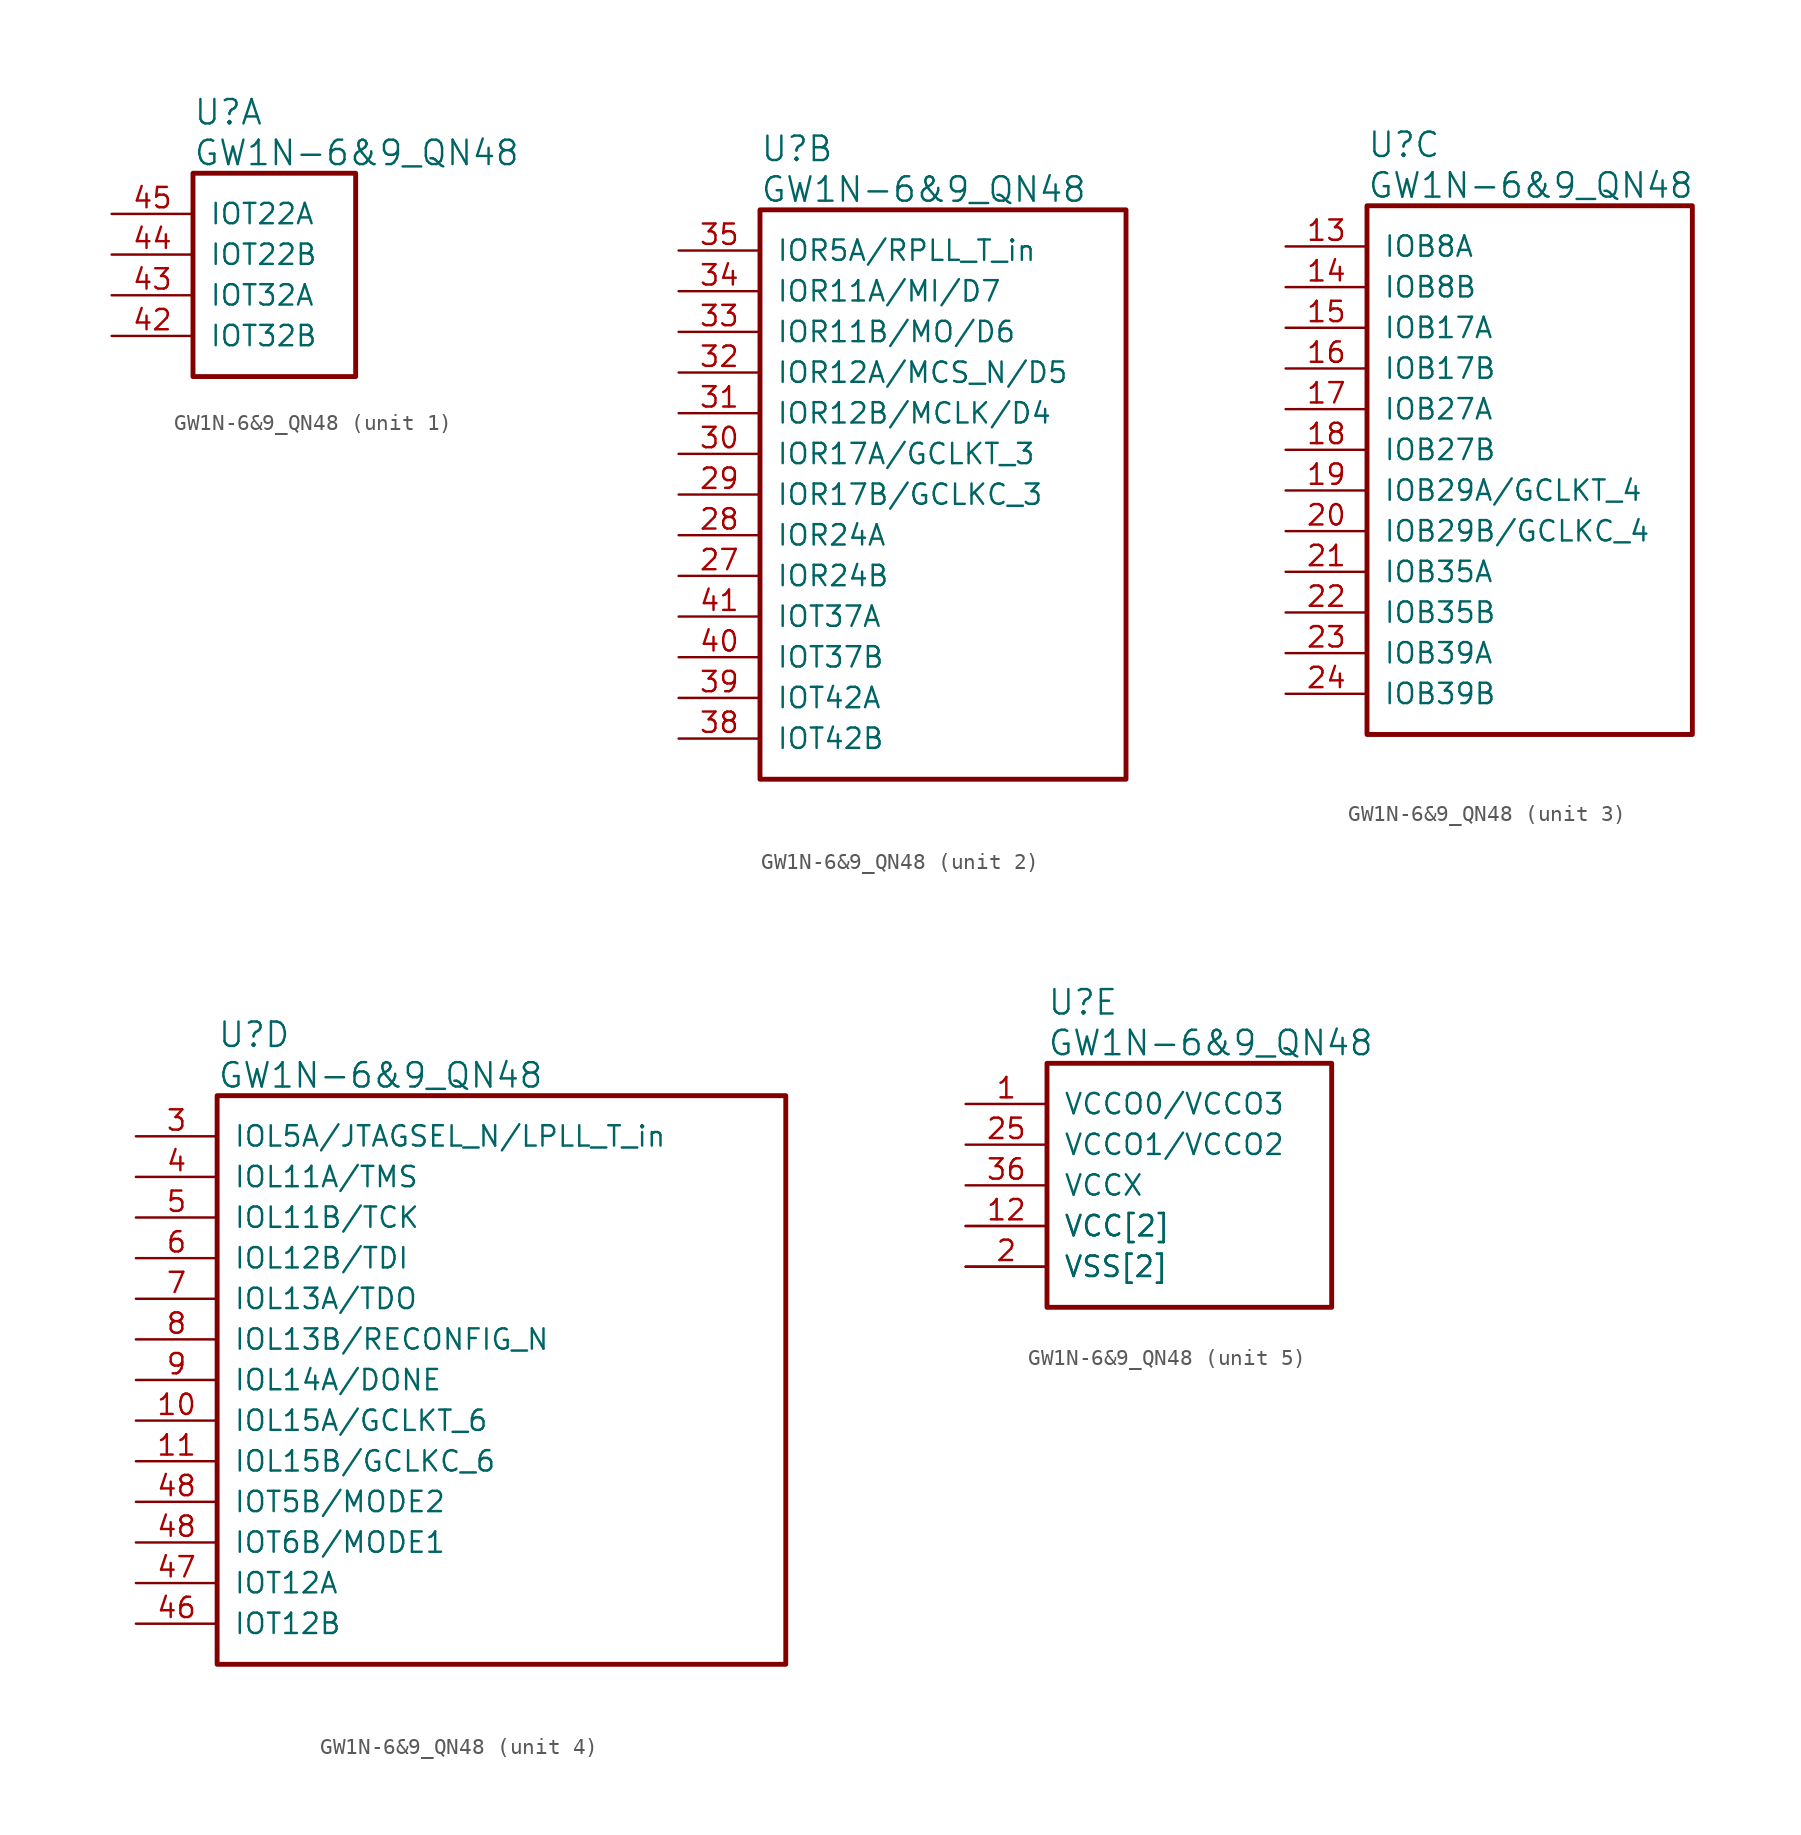
<source format=kicad_sym>
(kicad_symbol_lib
  (version 20220914)
  (generator kicad_symbol_editor)
  (symbol "GW1N-6&9_QN48"
    (pin_names
      (offset 1.016))
    (property "Reference" "U"
      (at 5.08 6.35 0)
      (effects (font (size 1.524 1.524)) (justify left)))
    (property "Value" "GW1N-6&9_QN48"
      (at 5.08 3.81 0)
      (effects (font (size 1.524 1.524)) (justify left)))
    (property "ki_locked" ""
      (at 0 0 0)
      (effects (font (size 1.27 1.27))))
    (symbol "GW1N-6&9_QN48_1_1"
      (rectangle (start 5.08 2.54) (end 15.24 -10.16) (stroke (width 0.305) (type solid)) (fill (type none)))
      (pin bidirectional line (at 0 -7.62 0) (length 5.08) (name "IOT32B" (effects (font (size 1.27 1.27)))) (number "42" (effects (font (size 1.27 1.27)))))
      (pin bidirectional line (at 0 -5.08 0) (length 5.08) (name "IOT32A" (effects (font (size 1.27 1.27)))) (number "43" (effects (font (size 1.27 1.27)))))
      (pin bidirectional line (at 0 -2.54 0) (length 5.08) (name "IOT22B" (effects (font (size 1.27 1.27)))) (number "44" (effects (font (size 1.27 1.27)))))
      (pin bidirectional line (at 0 0 0) (length 5.08) (name "IOT22A" (effects (font (size 1.27 1.27)))) (number "45" (effects (font (size 1.27 1.27))))))
    (symbol "GW1N-6&9_QN48_2_1"
      (rectangle (start 5.08 2.54) (end 27.94 -33.02) (stroke (width 0.305) (type solid)) (fill (type none)))
      (pin bidirectional line (at 0 -20.32 0) (length 5.08) (name "IOR24B" (effects (font (size 1.27 1.27)))) (number "27" (effects (font (size 1.27 1.27)))))
      (pin bidirectional line (at 0 -17.78 0) (length 5.08) (name "IOR24A" (effects (font (size 1.27 1.27)))) (number "28" (effects (font (size 1.27 1.27)))))
      (pin bidirectional line (at 0 -15.24 0) (length 5.08) (name "IOR17B/GCLKC_3" (effects (font (size 1.27 1.27)))) (number "29" (effects (font (size 1.27 1.27)))))
      (pin bidirectional line (at 0 -12.7 0) (length 5.08) (name "IOR17A/GCLKT_3" (effects (font (size 1.27 1.27)))) (number "30" (effects (font (size 1.27 1.27)))))
      (pin bidirectional line (at 0 -10.16 0) (length 5.08) (name "IOR12B/MCLK/D4" (effects (font (size 1.27 1.27)))) (number "31" (effects (font (size 1.27 1.27)))))
      (pin bidirectional line (at 0 -7.62 0) (length 5.08) (name "IOR12A/MCS_N/D5" (effects (font (size 1.27 1.27)))) (number "32" (effects (font (size 1.27 1.27)))))
      (pin bidirectional line (at 0 -5.08 0) (length 5.08) (name "IOR11B/MO/D6" (effects (font (size 1.27 1.27)))) (number "33" (effects (font (size 1.27 1.27)))))
      (pin bidirectional line (at 0 -2.54 0) (length 5.08) (name "IOR11A/MI/D7" (effects (font (size 1.27 1.27)))) (number "34" (effects (font (size 1.27 1.27)))))
      (pin bidirectional line (at 0 0 0) (length 5.08) (name "IOR5A/RPLL_T_in" (effects (font (size 1.27 1.27)))) (number "35" (effects (font (size 1.27 1.27)))))
      (pin bidirectional line (at 0 -30.48 0) (length 5.08) (name "IOT42B" (effects (font (size 1.27 1.27)))) (number "38" (effects (font (size 1.27 1.27)))))
      (pin bidirectional line (at 0 -27.94 0) (length 5.08) (name "IOT42A" (effects (font (size 1.27 1.27)))) (number "39" (effects (font (size 1.27 1.27)))))
      (pin bidirectional line (at 0 -25.4 0) (length 5.08) (name "IOT37B" (effects (font (size 1.27 1.27)))) (number "40" (effects (font (size 1.27 1.27)))))
      (pin bidirectional line (at 0 -22.86 0) (length 5.08) (name "IOT37A" (effects (font (size 1.27 1.27)))) (number "41" (effects (font (size 1.27 1.27))))))
    (symbol "GW1N-6&9_QN48_3_1"
      (rectangle (start 5.08 2.54) (end 25.4 -30.48) (stroke (width 0.305) (type solid)) (fill (type none)))
      (pin bidirectional line (at 0 0 0) (length 5.08) (name "IOB8A" (effects (font (size 1.27 1.27)))) (number "13" (effects (font (size 1.27 1.27)))))
      (pin bidirectional line (at 0 -2.54 0) (length 5.08) (name "IOB8B" (effects (font (size 1.27 1.27)))) (number "14" (effects (font (size 1.27 1.27)))))
      (pin bidirectional line (at 0 -5.08 0) (length 5.08) (name "IOB17A" (effects (font (size 1.27 1.27)))) (number "15" (effects (font (size 1.27 1.27)))))
      (pin bidirectional line (at 0 -7.62 0) (length 5.08) (name "IOB17B" (effects (font (size 1.27 1.27)))) (number "16" (effects (font (size 1.27 1.27)))))
      (pin bidirectional line (at 0 -10.16 0) (length 5.08) (name "IOB27A" (effects (font (size 1.27 1.27)))) (number "17" (effects (font (size 1.27 1.27)))))
      (pin bidirectional line (at 0 -12.7 0) (length 5.08) (name "IOB27B" (effects (font (size 1.27 1.27)))) (number "18" (effects (font (size 1.27 1.27)))))
      (pin bidirectional line (at 0 -15.24 0) (length 5.08) (name "IOB29A/GCLKT_4" (effects (font (size 1.27 1.27)))) (number "19" (effects (font (size 1.27 1.27)))))
      (pin bidirectional line (at 0 -17.78 0) (length 5.08) (name "IOB29B/GCLKC_4" (effects (font (size 1.27 1.27)))) (number "20" (effects (font (size 1.27 1.27)))))
      (pin bidirectional line (at 0 -20.32 0) (length 5.08) (name "IOB35A" (effects (font (size 1.27 1.27)))) (number "21" (effects (font (size 1.27 1.27)))))
      (pin bidirectional line (at 0 -22.86 0) (length 5.08) (name "IOB35B" (effects (font (size 1.27 1.27)))) (number "22" (effects (font (size 1.27 1.27)))))
      (pin bidirectional line (at 0 -25.4 0) (length 5.08) (name "IOB39A" (effects (font (size 1.27 1.27)))) (number "23" (effects (font (size 1.27 1.27)))))
      (pin bidirectional line (at 0 -27.94 0) (length 5.08) (name "IOB39B" (effects (font (size 1.27 1.27)))) (number "24" (effects (font (size 1.27 1.27))))))
    (symbol "GW1N-6&9_QN48_4_1"
      (rectangle (start 5.08 2.54) (end 40.64 -33.02) (stroke (width 0.305) (type solid)) (fill (type none)))
      (pin bidirectional line (at 0 -17.78 0) (length 5.08) (name "IOL15A/GCLKT_6" (effects (font (size 1.27 1.27)))) (number "10" (effects (font (size 1.27 1.27)))))
      (pin bidirectional line (at 0 -20.32 0) (length 5.08) (name "IOL15B/GCLKC_6" (effects (font (size 1.27 1.27)))) (number "11" (effects (font (size 1.27 1.27)))))
      (pin bidirectional line (at 0 0 0) (length 5.08) (name "IOL5A/JTAGSEL_N/LPLL_T_in" (effects (font (size 1.27 1.27)))) (number "3" (effects (font (size 1.27 1.27)))))
      (pin bidirectional line (at 0 -2.54 0) (length 5.08) (name "IOL11A/TMS" (effects (font (size 1.27 1.27)))) (number "4" (effects (font (size 1.27 1.27)))))
      (pin bidirectional line (at 0 -30.48 0) (length 5.08) (name "IOT12B" (effects (font (size 1.27 1.27)))) (number "46" (effects (font (size 1.27 1.27)))))
      (pin bidirectional line (at 0 -27.94 0) (length 5.08) (name "IOT12A" (effects (font (size 1.27 1.27)))) (number "47" (effects (font (size 1.27 1.27)))))
      (pin bidirectional line (at 0 -22.86 0) (length 5.08) (name "IOT5B/MODE2" (effects (font (size 1.27 1.27)))) (number "48" (effects (font (size 1.27 1.27)))))
      (pin bidirectional line (at 0 -25.4 0) (length 5.08) (name "IOT6B/MODE1" (effects (font (size 1.27 1.27)))) (number "48" (effects (font (size 1.27 1.27)))))
      (pin bidirectional line (at 0 -5.08 0) (length 5.08) (name "IOL11B/TCK" (effects (font (size 1.27 1.27)))) (number "5" (effects (font (size 1.27 1.27)))))
      (pin bidirectional line (at 0 -7.62 0) (length 5.08) (name "IOL12B/TDI" (effects (font (size 1.27 1.27)))) (number "6" (effects (font (size 1.27 1.27)))))
      (pin bidirectional line (at 0 -10.16 0) (length 5.08) (name "IOL13A/TDO" (effects (font (size 1.27 1.27)))) (number "7" (effects (font (size 1.27 1.27)))))
      (pin bidirectional line (at 0 -12.7 0) (length 5.08) (name "IOL13B/RECONFIG_N" (effects (font (size 1.27 1.27)))) (number "8" (effects (font (size 1.27 1.27)))))
      (pin bidirectional line (at 0 -15.24 0) (length 5.08) (name "IOL14A/DONE" (effects (font (size 1.27 1.27)))) (number "9" (effects (font (size 1.27 1.27))))))
    (symbol "GW1N-6&9_QN48_5_1"
      (rectangle (start 5.08 2.54) (end 22.86 -12.7) (stroke (width 0.305) (type solid)) (fill (type none)))
      (pin power_in line (at 0 0 0) (length 5.08) (name "VCCO0/VCCO3" (effects (font (size 1.27 1.27)))) (number "1" (effects (font (size 1.27 1.27)))))
      (pin power_in line (at 0 -7.62 0) (length 5.08) (name "VCC[2]" (effects (font (size 1.27 1.27)))) (number "12" (effects (font (size 1.27 1.27)))))
      (pin power_in line (at 0 -10.16 0) (length 5.08) (name "VSS[2]" (effects (font (size 1.27 1.27)))) (number "2" (effects (font (size 1.27 1.27)))))
      (pin power_in line (at 0 -2.54 0) (length 5.08) (name "VCCO1/VCCO2" (effects (font (size 1.27 1.27)))) (number "25" (effects (font (size 1.27 1.27)))))
      (pin power_in line (at 0 -10.16 0) (length 5.08) (name "VSS[2]" (effects (font (size 1.27 1.27)))) (number "26" (effects (font (size 0 0)))))
      (pin power_in line (at 0 -5.08 0) (length 5.08) (name "VCCX" (effects (font (size 1.27 1.27)))) (number "36" (effects (font (size 1.27 1.27)))))
      (pin power_in line (at 0 -7.62 0) (length 5.08) (name "VCC[2]" (effects (font (size 1.27 1.27)))) (number "37" (effects (font (size 0 0))))))))
</source>
